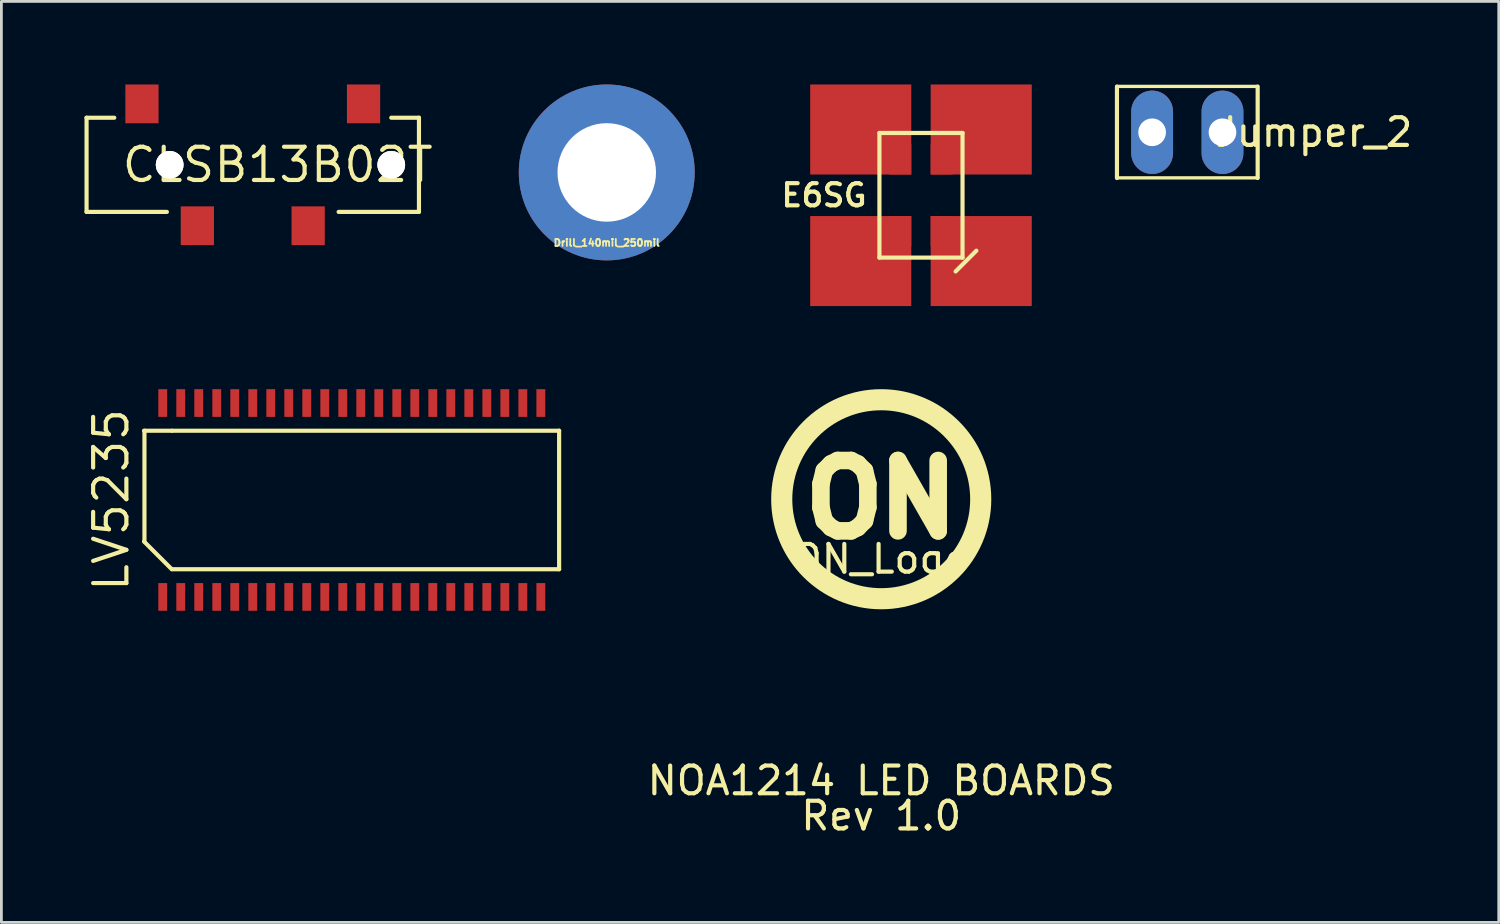
<source format=kicad_pcb>
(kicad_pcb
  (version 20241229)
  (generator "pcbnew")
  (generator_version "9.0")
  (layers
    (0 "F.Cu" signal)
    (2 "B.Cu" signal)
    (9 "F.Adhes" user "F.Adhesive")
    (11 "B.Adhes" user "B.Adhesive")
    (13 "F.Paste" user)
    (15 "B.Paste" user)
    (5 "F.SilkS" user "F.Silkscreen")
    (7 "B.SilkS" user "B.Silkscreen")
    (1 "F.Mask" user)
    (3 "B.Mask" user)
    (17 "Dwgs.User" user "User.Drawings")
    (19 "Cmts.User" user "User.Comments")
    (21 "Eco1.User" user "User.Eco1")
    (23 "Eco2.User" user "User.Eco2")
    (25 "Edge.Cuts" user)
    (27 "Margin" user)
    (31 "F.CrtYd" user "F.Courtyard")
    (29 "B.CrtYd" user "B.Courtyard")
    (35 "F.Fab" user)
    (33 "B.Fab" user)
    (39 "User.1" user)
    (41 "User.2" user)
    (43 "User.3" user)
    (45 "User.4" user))
  (footprint "Jumper_2"
    (layer "F.Cu")
    (at 38.544 1.726)
    (property "Reference" "Jumper_2" (at 5.842 0 0) (layer "F.SilkS") (effects (font (size 1 1) (thickness 0.15))))
    (attr through_hole)
    (fp_line (start -1.27 -1.651) (end -1.27 1.651) (stroke (width 0.15) (type solid)) (layer "F.SilkS"))
    (fp_line (start 3.81 -1.656) (end -1.27 -1.656) (stroke (width 0.12) (type solid)) (layer "F.SilkS"))
    (fp_line (start 3.81 -1.651) (end 3.81 1.651) (stroke (width 0.15) (type solid)) (layer "F.SilkS"))
    (fp_line (start 3.81 1.646) (end -1.27 1.646) (stroke (width 0.12) (type solid)) (layer "F.SilkS"))
    (pad "1" thru_hole oval (at 0 0) (size 1.51 3.01) (drill 1) (layers "*.Cu" "*.Mask"))
    (pad "2" thru_hole oval (at 2.54 0) (size 1.51 3.01) (drill 1) (layers "*.Cu" "*.Mask")))
  (footprint "E6SG"
    (layer "F.Cu")
    (at 30.199 4)
    (property "Reference" "E6SG" (at -3.5 0 180) (layer "F.SilkS") (effects (font (size 0.8 0.8) (thickness 0.15))))
    (attr through_hole)
    (fp_line (start -1.5 -2.25) (end -1.5 2.25) (stroke (width 0.15) (type solid)) (layer "F.SilkS"))
    (fp_line (start -1.5 2.25) (end 1.5 2.25) (stroke (width 0.15) (type solid)) (layer "F.SilkS"))
    (fp_line (start 1.5 -2.25) (end -1.5 -2.25) (stroke (width 0.15) (type solid)) (layer "F.SilkS"))
    (fp_line (start 1.5 2.25) (end 1.5 -2.25) (stroke (width 0.15) (type solid)) (layer "F.SilkS"))
    (fp_line (start 2 2) (end 1.25 2.75) (stroke (width 0.15) (type solid)) (layer "F.SilkS"))
    (pad "1" smd rect (at -2.175 -2.375) (size 3.65 3.25) (layers "F.Cu"))
    (pad "1" smd rect (at -2.175 2.375) (size 3.65 3.25) (layers "F.Cu"))
    (pad "1" smd rect (at -0.75 -1.3) (size 0.8 1.1) (layers "F.Cu" "F.Mask" "F.Paste"))
    (pad "1" smd rect (at -0.75 1.3) (size 0.8 1.1) (layers "F.Cu" "F.Mask" "F.Paste"))
    (pad "1" smd rect (at 0.75 -1.3) (size 0.8 1.1) (layers "F.Cu" "F.Mask" "F.Paste"))
    (pad "1" smd rect (at 2.175 -2.375) (size 3.65 3.25) (layers "F.Cu"))
    (pad "2" smd rect (at 0.75 1.3) (size 0.8 1.1) (layers "F.Cu" "F.Mask" "F.Paste"))
    (pad "2" smd rect (at 2.175 2.375) (size 3.65 3.25) (layers "F.Cu")))
  (footprint "Drill_140mil_250mil"
    (layer "F.Cu")
    (at 18.855 3.175)
    (property "Reference" "Drill_140mil_250mil" (at 0 2.54 0) (layer "F.SilkS") (effects (font (size 0.254 0.254) (thickness 0.064))))
    (attr through_hole)
    (pad "" thru_hole circle (at 0 0) (size 6.35 6.35) (drill 3.556) (layers "*.Cu" "*.Mask")))
  (footprint "ON_Logo"
    (layer "F.Cu")
    (at 28.764 14.973)
    (property "Reference" "ON_Logo" (at 0 2.159 0) (layer "F.SilkS") (effects (font (size 1 1) (thickness 0.15))))
    (attr through_hole)
    (fp_circle (center 0 0) (end -2.54 -2.54) (stroke (width 0.762) (type solid)) (fill no) (layer "F.SilkS"))
    (fp_text user "ON" (at 0 0 0) (layer "F.SilkS") (effects (font (size 2.54 2.54) (thickness 0.635))))
    (fp_text user "Rev 1.0" (at 0 11.43 0) (layer "F.SilkS") (effects (font (size 1 1) (thickness 0.15))))
    (fp_text user "NOA1214 LED BOARDS" (at 0 10.16 0) (layer "F.SilkS") (effects (font (size 1 1) (thickness 0.15)))))
  (footprint "CLSB13B02T"
    (layer "F.Cu")
    (at 6.075 2.9)
    (property "Reference" "CLSB13B02T" (at 0.9 0 180) (layer "F.SilkS") (effects (font (size 1.2 1.2) (thickness 0.15))))
    (attr through_hole)
    (fp_line (start -6 -1.7) (end -6 1.7) (stroke (width 0.15) (type solid)) (layer "F.SilkS"))
    (fp_line (start -6 1.7) (end -3.1 1.7) (stroke (width 0.15) (type solid)) (layer "F.SilkS"))
    (fp_line (start -5 -1.7) (end -6 -1.7) (stroke (width 0.15) (type solid)) (layer "F.SilkS"))
    (fp_line (start 5 -1.7) (end 6 -1.7) (stroke (width 0.15) (type solid)) (layer "F.SilkS"))
    (fp_line (start 6 -1.7) (end 6 1.7) (stroke (width 0.15) (type solid)) (layer "F.SilkS"))
    (fp_line (start 6 1.7) (end 3.1 1.7) (stroke (width 0.15) (type solid)) (layer "F.SilkS"))
    (pad "" thru_hole circle (at -3 0) (size 1 1) (drill 1) (layers "*.Cu" "*.Mask" "F.SilkS"))
    (pad "" thru_hole circle (at 5 0) (size 1 1) (drill 1) (layers "*.Cu" "*.Mask" "F.SilkS"))
    (pad "1" smd rect (at -4 -2.2) (size 1.2 1.4) (layers "F.Cu" "F.Mask" "F.Paste"))
    (pad "2" smd rect (at -2 2.2) (size 1.2 1.4) (layers "F.Cu" "F.Mask" "F.Paste"))
    (pad "3" smd rect (at 2 2.2) (size 1.2 1.4) (layers "F.Cu" "F.Mask" "F.Paste"))
    (pad "4" smd rect (at 4 -2.2) (size 1.2 1.4) (layers "F.Cu" "F.Mask" "F.Paste")))
  (footprint "LV5235"
    (layer "F.Cu")
    (at 9.65 15)
    (property "Reference" "LV5235" (at -8.685 0 90) (layer "F.SilkS") (effects (font (size 1.2 1.2) (thickness 0.15))))
    (attr through_hole)
    (fp_line (start -7.5 -2.5) (end -6.5 -2.5) (stroke (width 0.15) (type solid)) (layer "F.SilkS"))
    (fp_line (start -7.5 1.5) (end -6.5 2.5) (stroke (width 0.15) (type solid)) (layer "F.SilkS"))
    (fp_line (start -7.485 -2.5) (end -7.485 1.5) (stroke (width 0.15) (type solid)) (layer "F.SilkS"))
    (fp_line (start -6.485 2.5) (end 7.485 2.5) (stroke (width 0.15) (type solid)) (layer "F.SilkS"))
    (fp_line (start 7.485 -2.5) (end -6.485 -2.5) (stroke (width 0.15) (type solid)) (layer "F.SilkS"))
    (fp_line (start 7.485 2.5) (end 7.485 -2.5) (stroke (width 0.15) (type solid)) (layer "F.SilkS"))
    (pad "1" smd rect (at -6.825 3.5) (size 0.32 1) (layers "F.Cu" "F.Mask" "F.Paste"))
    (pad "2" smd rect (at -6.175 3.5) (size 0.32 1) (layers "F.Cu" "F.Mask" "F.Paste"))
    (pad "3" smd rect (at -5.525 3.5) (size 0.32 1) (layers "F.Cu" "F.Mask" "F.Paste"))
    (pad "4" smd rect (at -4.875 3.5) (size 0.32 1) (layers "F.Cu" "F.Mask" "F.Paste"))
    (pad "5" smd rect (at -4.225 3.5) (size 0.32 1) (layers "F.Cu" "F.Mask" "F.Paste"))
    (pad "6" smd rect (at -3.575 3.5) (size 0.32 1) (layers "F.Cu" "F.Mask" "F.Paste"))
    (pad "7" smd rect (at -2.925 3.5) (size 0.32 1) (layers "F.Cu" "F.Mask" "F.Paste"))
    (pad "8" smd rect (at -2.275 3.5) (size 0.32 1) (layers "F.Cu" "F.Mask" "F.Paste"))
    (pad "9" smd rect (at -1.625 3.5) (size 0.32 1) (layers "F.Cu" "F.Mask" "F.Paste"))
    (pad "10" smd rect (at -0.975 3.5) (size 0.32 1) (layers "F.Cu" "F.Mask" "F.Paste"))
    (pad "11" smd rect (at -0.325 3.5) (size 0.32 1) (layers "F.Cu" "F.Mask" "F.Paste"))
    (pad "12" smd rect (at 0.325 3.5) (size 0.32 1) (layers "F.Cu" "F.Mask" "F.Paste"))
    (pad "13" smd rect (at 0.975 3.5) (size 0.32 1) (layers "F.Cu" "F.Mask" "F.Paste"))
    (pad "14" smd rect (at 1.625 3.5) (size 0.32 1) (layers "F.Cu" "F.Mask" "F.Paste"))
    (pad "15" smd rect (at 2.275 3.5) (size 0.32 1) (layers "F.Cu" "F.Mask" "F.Paste"))
    (pad "16" smd rect (at 2.925 3.5) (size 0.32 1) (layers "F.Cu" "F.Mask" "F.Paste"))
    (pad "17" smd rect (at 3.575 3.5) (size 0.32 1) (layers "F.Cu" "F.Mask" "F.Paste"))
    (pad "18" smd rect (at 4.225 3.5) (size 0.32 1) (layers "F.Cu" "F.Mask" "F.Paste"))
    (pad "19" smd rect (at 4.875 3.5) (size 0.32 1) (layers "F.Cu" "F.Mask" "F.Paste"))
    (pad "20" smd rect (at 5.525 3.5) (size 0.32 1) (layers "F.Cu" "F.Mask" "F.Paste"))
    (pad "21" smd rect (at 6.175 3.5) (size 0.32 1) (layers "F.Cu" "F.Mask" "F.Paste"))
    (pad "22" smd rect (at 6.825 3.5) (size 0.32 1) (layers "F.Cu" "F.Mask" "F.Paste"))
    (pad "23" smd rect (at 6.825 -3.5) (size 0.32 1) (layers "F.Cu" "F.Mask" "F.Paste"))
    (pad "24" smd rect (at 6.175 -3.5) (size 0.32 1) (layers "F.Cu" "F.Mask" "F.Paste"))
    (pad "25" smd rect (at 5.525 -3.5) (size 0.32 1) (layers "F.Cu" "F.Mask" "F.Paste"))
    (pad "26" smd rect (at 4.875 -3.5) (size 0.32 1) (layers "F.Cu" "F.Mask" "F.Paste"))
    (pad "27" smd rect (at 4.225 -3.5) (size 0.32 1) (layers "F.Cu" "F.Mask" "F.Paste"))
    (pad "28" smd rect (at 3.575 -3.5) (size 0.32 1) (layers "F.Cu" "F.Mask" "F.Paste"))
    (pad "29" smd rect (at 2.925 -3.5) (size 0.32 1) (layers "F.Cu" "F.Mask" "F.Paste"))
    (pad "30" smd rect (at 2.275 -3.5) (size 0.32 1) (layers "F.Cu" "F.Mask" "F.Paste"))
    (pad "31" smd rect (at 1.625 -3.5) (size 0.32 1) (layers "F.Cu" "F.Mask" "F.Paste"))
    (pad "32" smd rect (at 0.975 -3.5) (size 0.32 1) (layers "F.Cu" "F.Mask" "F.Paste"))
    (pad "33" smd rect (at 0.325 -3.5) (size 0.32 1) (layers "F.Cu" "F.Mask" "F.Paste"))
    (pad "34" smd rect (at -0.325 -3.5) (size 0.32 1) (layers "F.Cu" "F.Mask" "F.Paste"))
    (pad "35" smd rect (at -0.975 -3.5) (size 0.32 1) (layers "F.Cu" "F.Mask" "F.Paste"))
    (pad "36" smd rect (at -1.625 -3.5) (size 0.32 1) (layers "F.Cu" "F.Mask" "F.Paste"))
    (pad "37" smd rect (at -2.275 -3.5) (size 0.32 1) (layers "F.Cu" "F.Mask" "F.Paste"))
    (pad "38" smd rect (at -2.925 -3.5) (size 0.32 1) (layers "F.Cu" "F.Mask" "F.Paste"))
    (pad "39" smd rect (at -3.575 -3.5) (size 0.32 1) (layers "F.Cu" "F.Mask" "F.Paste"))
    (pad "40" smd rect (at -4.225 -3.5) (size 0.32 1) (layers "F.Cu" "F.Mask" "F.Paste"))
    (pad "41" smd rect (at -4.875 -3.5) (size 0.32 1) (layers "F.Cu" "F.Mask" "F.Paste"))
    (pad "42" smd rect (at -5.525 -3.5) (size 0.32 1) (layers "F.Cu" "F.Mask" "F.Paste"))
    (pad "43" smd rect (at -6.175 -3.5) (size 0.32 1) (layers "F.Cu" "F.Mask" "F.Paste"))
    (pad "44" smd rect (at -6.825 -3.5) (size 0.32 1) (layers "F.Cu" "F.Mask" "F.Paste")))
  (gr_rect
    (start -3 -3)
    (end 51.058 30.251)
    (stroke (width 0.1) (type default))
    (fill no)
    (layer "Edge.Cuts")))
</source>
